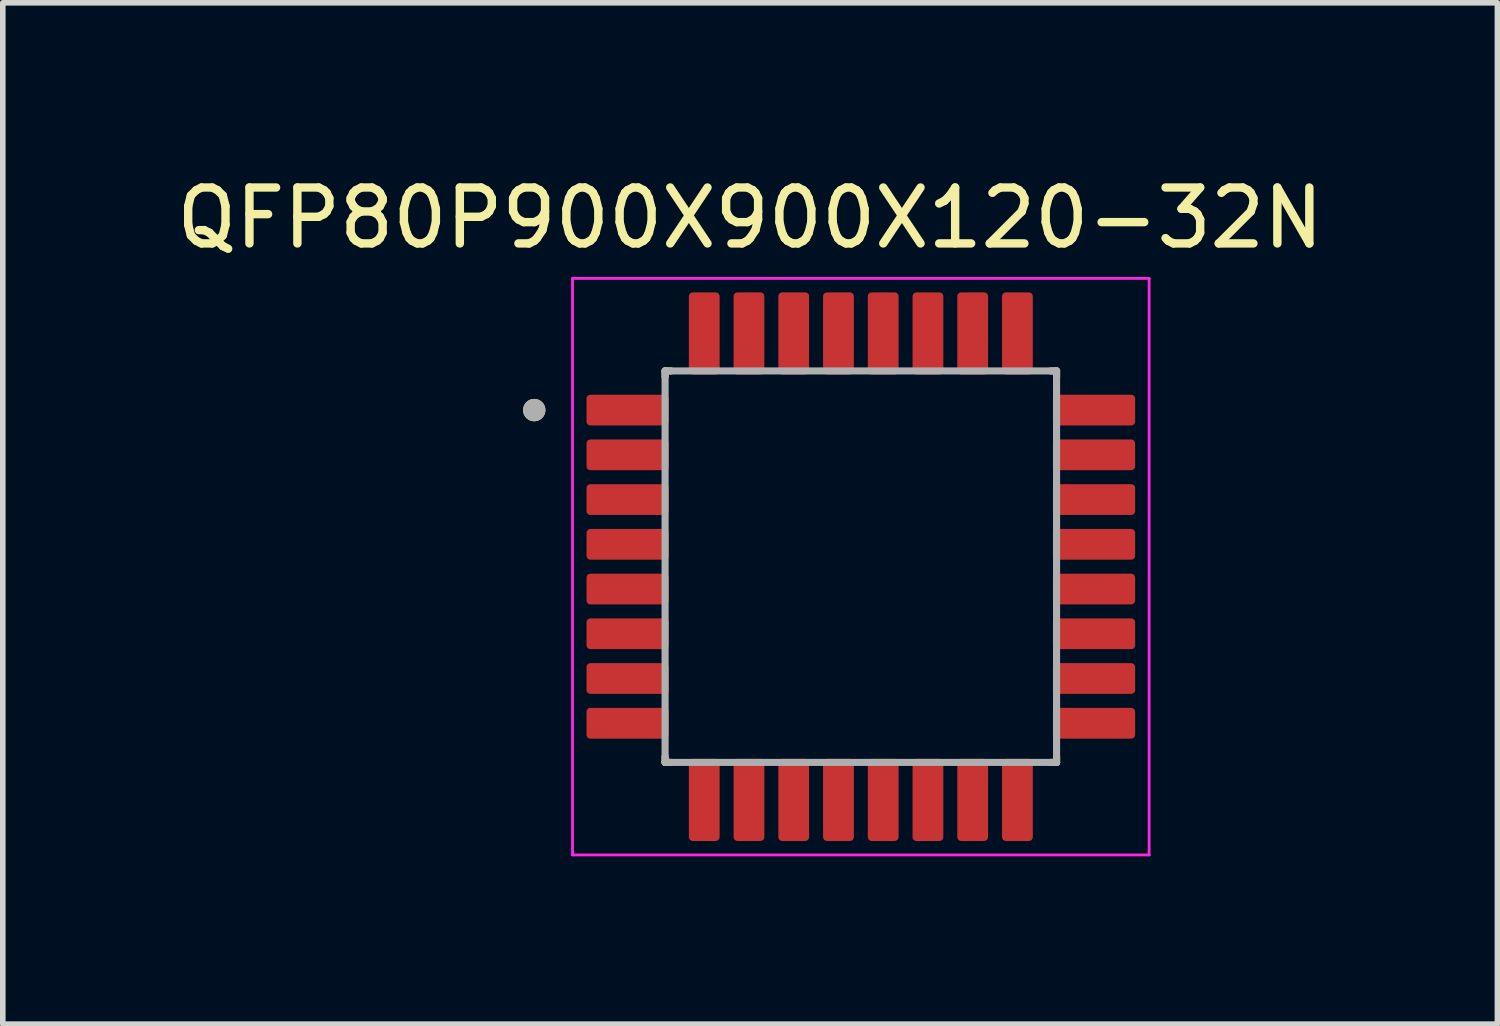
<source format=kicad_pcb>
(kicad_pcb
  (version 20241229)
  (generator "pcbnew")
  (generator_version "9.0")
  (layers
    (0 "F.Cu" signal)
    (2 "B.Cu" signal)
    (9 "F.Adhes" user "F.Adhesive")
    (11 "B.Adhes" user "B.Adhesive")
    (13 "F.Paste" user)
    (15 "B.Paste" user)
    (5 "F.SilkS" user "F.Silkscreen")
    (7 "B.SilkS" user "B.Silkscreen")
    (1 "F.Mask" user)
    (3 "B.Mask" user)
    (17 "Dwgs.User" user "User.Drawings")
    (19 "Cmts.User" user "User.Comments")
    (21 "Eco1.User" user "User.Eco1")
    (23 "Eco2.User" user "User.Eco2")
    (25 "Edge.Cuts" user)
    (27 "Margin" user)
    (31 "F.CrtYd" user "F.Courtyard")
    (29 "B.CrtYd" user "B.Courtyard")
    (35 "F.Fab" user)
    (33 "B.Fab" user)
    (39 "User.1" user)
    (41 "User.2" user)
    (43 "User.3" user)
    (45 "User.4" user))
  (footprint "QFP80P900X900X120-32N"
    (layer "F.Cu")
    (at 12.343 7.083)
    (property "Reference" "QFP80P900X900X120-32N" (at -1.98 -6.235 0) (layer "F.SilkS") (effects (font (size 1 1) (thickness 0.15))))
    (attr smd)
    (fp_line (start -3.5 -3.5) (end -3.5 -3.395) (stroke (width 0.127) (type solid)) (layer "F.SilkS"))
    (fp_line (start -3.5 -3.5) (end -3.395 -3.5) (stroke (width 0.127) (type solid)) (layer "F.SilkS"))
    (fp_line (start -3.5 3.5) (end -3.5 3.395) (stroke (width 0.127) (type solid)) (layer "F.SilkS"))
    (fp_line (start -3.5 3.5) (end -3.395 3.5) (stroke (width 0.127) (type solid)) (layer "F.SilkS"))
    (fp_line (start 3.5 -3.5) (end 3.395 -3.5) (stroke (width 0.127) (type solid)) (layer "F.SilkS"))
    (fp_line (start 3.5 -3.5) (end 3.5 -3.395) (stroke (width 0.127) (type solid)) (layer "F.SilkS"))
    (fp_line (start 3.5 3.5) (end 3.395 3.5) (stroke (width 0.127) (type solid)) (layer "F.SilkS"))
    (fp_line (start 3.5 3.5) (end 3.5 3.395) (stroke (width 0.127) (type solid)) (layer "F.SilkS"))
    (fp_circle (center -5.84 -2.8) (end -5.74 -2.8) (stroke (width 0.2) (type solid)) (fill no) (layer "F.SilkS"))
    (fp_line (start -5.155 -5.155) (end 5.155 -5.155) (stroke (width 0.05) (type solid)) (layer "F.CrtYd"))
    (fp_line (start -5.155 5.155) (end -5.155 -5.155) (stroke (width 0.05) (type solid)) (layer "F.CrtYd"))
    (fp_line (start -5.155 5.155) (end 5.155 5.155) (stroke (width 0.05) (type solid)) (layer "F.CrtYd"))
    (fp_line (start 5.155 5.155) (end 5.155 -5.155) (stroke (width 0.05) (type solid)) (layer "F.CrtYd"))
    (fp_line (start -3.5 3.5) (end -3.5 -3.5) (stroke (width 0.127) (type solid)) (layer "F.Fab"))
    (fp_line (start 3.5 -3.5) (end -3.5 -3.5) (stroke (width 0.127) (type solid)) (layer "F.Fab"))
    (fp_line (start 3.5 3.5) (end -3.5 3.5) (stroke (width 0.127) (type solid)) (layer "F.Fab"))
    (fp_line (start 3.5 3.5) (end 3.5 -3.5) (stroke (width 0.127) (type solid)) (layer "F.Fab"))
    (fp_circle (center -5.84 -2.8) (end -5.74 -2.8) (stroke (width 0.2) (type solid)) (fill no) (layer "F.Fab"))
    (pad "1" smd roundrect (at -4.17 -2.8) (size 1.47 0.55) (layers "F.Cu" "F.Mask" "F.Paste") (roundrect_rratio 0.125))
    (pad "2" smd roundrect (at -4.17 -2) (size 1.47 0.55) (layers "F.Cu" "F.Mask" "F.Paste") (roundrect_rratio 0.125))
    (pad "3" smd roundrect (at -4.17 -1.2) (size 1.47 0.55) (layers "F.Cu" "F.Mask" "F.Paste") (roundrect_rratio 0.125))
    (pad "4" smd roundrect (at -4.17 -0.4) (size 1.47 0.55) (layers "F.Cu" "F.Mask" "F.Paste") (roundrect_rratio 0.125))
    (pad "5" smd roundrect (at -4.17 0.4) (size 1.47 0.55) (layers "F.Cu" "F.Mask" "F.Paste") (roundrect_rratio 0.125))
    (pad "6" smd roundrect (at -4.17 1.2) (size 1.47 0.55) (layers "F.Cu" "F.Mask" "F.Paste") (roundrect_rratio 0.125))
    (pad "7" smd roundrect (at -4.17 2) (size 1.47 0.55) (layers "F.Cu" "F.Mask" "F.Paste") (roundrect_rratio 0.125))
    (pad "8" smd roundrect (at -4.17 2.8) (size 1.47 0.55) (layers "F.Cu" "F.Mask" "F.Paste") (roundrect_rratio 0.125))
    (pad "9" smd roundrect (at -2.8 4.17) (size 0.55 1.47) (layers "F.Cu" "F.Mask" "F.Paste") (roundrect_rratio 0.125))
    (pad "10" smd roundrect (at -2 4.17) (size 0.55 1.47) (layers "F.Cu" "F.Mask" "F.Paste") (roundrect_rratio 0.125))
    (pad "11" smd roundrect (at -1.2 4.17) (size 0.55 1.47) (layers "F.Cu" "F.Mask" "F.Paste") (roundrect_rratio 0.125))
    (pad "12" smd roundrect (at -0.4 4.17) (size 0.55 1.47) (layers "F.Cu" "F.Mask" "F.Paste") (roundrect_rratio 0.125))
    (pad "13" smd roundrect (at 0.4 4.17) (size 0.55 1.47) (layers "F.Cu" "F.Mask" "F.Paste") (roundrect_rratio 0.125))
    (pad "14" smd roundrect (at 1.2 4.17) (size 0.55 1.47) (layers "F.Cu" "F.Mask" "F.Paste") (roundrect_rratio 0.125))
    (pad "15" smd roundrect (at 2 4.17) (size 0.55 1.47) (layers "F.Cu" "F.Mask" "F.Paste") (roundrect_rratio 0.125))
    (pad "16" smd roundrect (at 2.8 4.17) (size 0.55 1.47) (layers "F.Cu" "F.Mask" "F.Paste") (roundrect_rratio 0.125))
    (pad "17" smd roundrect (at 4.17 2.8) (size 1.47 0.55) (layers "F.Cu" "F.Mask" "F.Paste") (roundrect_rratio 0.125))
    (pad "18" smd roundrect (at 4.17 2) (size 1.47 0.55) (layers "F.Cu" "F.Mask" "F.Paste") (roundrect_rratio 0.125))
    (pad "19" smd roundrect (at 4.17 1.2) (size 1.47 0.55) (layers "F.Cu" "F.Mask" "F.Paste") (roundrect_rratio 0.125))
    (pad "20" smd roundrect (at 4.17 0.4) (size 1.47 0.55) (layers "F.Cu" "F.Mask" "F.Paste") (roundrect_rratio 0.125))
    (pad "21" smd roundrect (at 4.17 -0.4) (size 1.47 0.55) (layers "F.Cu" "F.Mask" "F.Paste") (roundrect_rratio 0.125))
    (pad "22" smd roundrect (at 4.17 -1.2) (size 1.47 0.55) (layers "F.Cu" "F.Mask" "F.Paste") (roundrect_rratio 0.125))
    (pad "23" smd roundrect (at 4.17 -2) (size 1.47 0.55) (layers "F.Cu" "F.Mask" "F.Paste") (roundrect_rratio 0.125))
    (pad "24" smd roundrect (at 4.17 -2.8) (size 1.47 0.55) (layers "F.Cu" "F.Mask" "F.Paste") (roundrect_rratio 0.125))
    (pad "25" smd roundrect (at 2.8 -4.17) (size 0.55 1.47) (layers "F.Cu" "F.Mask" "F.Paste") (roundrect_rratio 0.125))
    (pad "26" smd roundrect (at 2 -4.17) (size 0.55 1.47) (layers "F.Cu" "F.Mask" "F.Paste") (roundrect_rratio 0.125))
    (pad "27" smd roundrect (at 1.2 -4.17) (size 0.55 1.47) (layers "F.Cu" "F.Mask" "F.Paste") (roundrect_rratio 0.125))
    (pad "28" smd roundrect (at 0.4 -4.17) (size 0.55 1.47) (layers "F.Cu" "F.Mask" "F.Paste") (roundrect_rratio 0.125))
    (pad "29" smd roundrect (at -0.4 -4.17) (size 0.55 1.47) (layers "F.Cu" "F.Mask" "F.Paste") (roundrect_rratio 0.125))
    (pad "30" smd roundrect (at -1.2 -4.17) (size 0.55 1.47) (layers "F.Cu" "F.Mask" "F.Paste") (roundrect_rratio 0.125))
    (pad "31" smd roundrect (at -2 -4.17) (size 0.55 1.47) (layers "F.Cu" "F.Mask" "F.Paste") (roundrect_rratio 0.125))
    (pad "32" smd roundrect (at -2.8 -4.17) (size 0.55 1.47) (layers "F.Cu" "F.Mask" "F.Paste") (roundrect_rratio 0.125)))
  (gr_rect
    (start -3 -3)
    (end 23.726 15.263)
    (stroke (width 0.1) (type default))
    (fill no)
    (layer "Edge.Cuts")))
</source>
